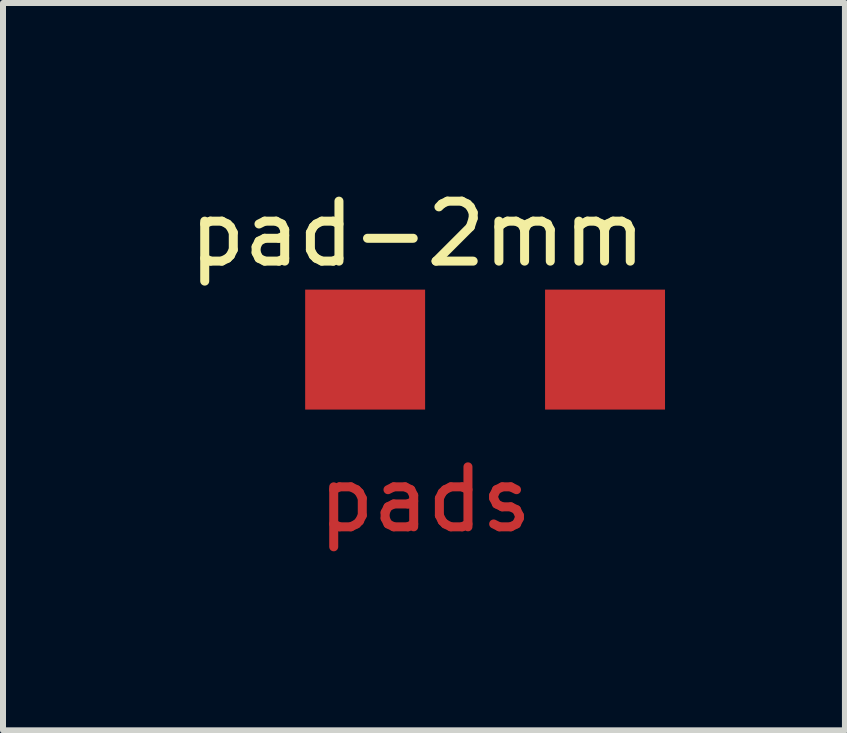
<source format=kicad_pcb>
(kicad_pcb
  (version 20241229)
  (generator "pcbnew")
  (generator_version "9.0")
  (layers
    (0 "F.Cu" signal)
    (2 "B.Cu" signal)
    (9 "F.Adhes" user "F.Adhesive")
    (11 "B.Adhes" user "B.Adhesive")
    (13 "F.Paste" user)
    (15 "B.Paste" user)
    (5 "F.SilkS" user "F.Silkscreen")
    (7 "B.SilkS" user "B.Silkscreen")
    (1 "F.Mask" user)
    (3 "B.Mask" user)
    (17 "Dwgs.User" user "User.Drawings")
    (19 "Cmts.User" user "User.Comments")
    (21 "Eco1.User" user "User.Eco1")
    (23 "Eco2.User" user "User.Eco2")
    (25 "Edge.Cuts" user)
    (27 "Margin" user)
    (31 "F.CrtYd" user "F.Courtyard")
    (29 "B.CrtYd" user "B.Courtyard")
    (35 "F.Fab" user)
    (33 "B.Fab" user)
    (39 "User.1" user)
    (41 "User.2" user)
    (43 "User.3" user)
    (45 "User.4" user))
  (footprint "pad-2mm"
    (layer "F.Cu")
    (at 4.038 2.779)
    (property "Reference" "pad-2mm" (at -0.127 -1.93 0) (unlocked yes) (layer "F.SilkS") (effects (font (size 1 1) (thickness 0.15))))
    (attr smd)
    (fp_text user "pads" (at 0 2.5 0) (unlocked yes) (layer "F.Cu") (effects (font (size 1 1) (thickness 0.15))))
    (pad "1" smd rect (at 0 0) (size 2 2) (drill (offset -1 0)) (layers "F.Cu" "F.Mask" "F.Paste"))
    (pad "2" smd rect (at 2 0) (size 2 2) (drill (offset 1 0)) (layers "F.Cu" "F.Mask" "F.Paste")))
  (gr_rect
    (start -3 -3)
    (end 11.038 9.127)
    (stroke (width 0.1) (type default))
    (fill no)
    (layer "Edge.Cuts")))
</source>
